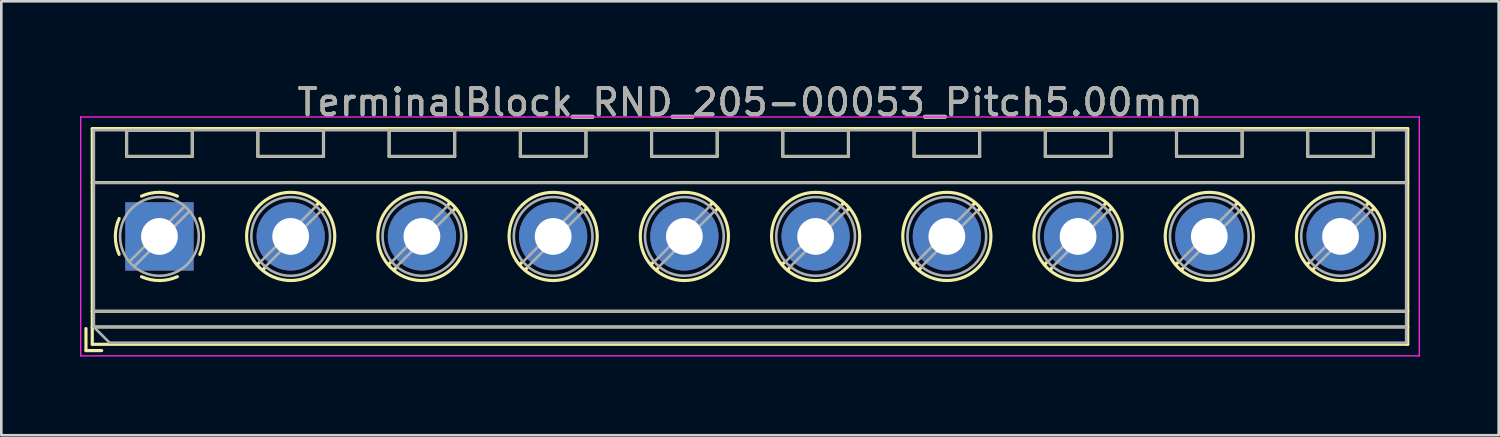
<source format=kicad_pcb>
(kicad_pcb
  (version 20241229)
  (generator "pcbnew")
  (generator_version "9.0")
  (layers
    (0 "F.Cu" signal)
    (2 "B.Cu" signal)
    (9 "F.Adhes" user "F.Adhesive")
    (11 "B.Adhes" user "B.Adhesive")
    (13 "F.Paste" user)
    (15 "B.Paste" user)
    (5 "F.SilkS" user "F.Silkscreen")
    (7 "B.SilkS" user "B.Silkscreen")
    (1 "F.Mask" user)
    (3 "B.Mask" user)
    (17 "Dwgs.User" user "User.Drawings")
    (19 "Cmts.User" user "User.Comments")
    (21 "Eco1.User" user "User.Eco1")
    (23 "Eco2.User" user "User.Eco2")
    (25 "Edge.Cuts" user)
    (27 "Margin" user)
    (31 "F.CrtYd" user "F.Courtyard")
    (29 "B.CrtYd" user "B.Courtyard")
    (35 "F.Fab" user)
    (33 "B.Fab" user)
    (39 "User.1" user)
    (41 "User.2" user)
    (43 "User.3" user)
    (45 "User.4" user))
  (footprint "TerminalBlock_RND_205-00053_Pitch5.00mm"
    (layer "F.Cu")
    (at 3.025 5.958)
    (property "Reference" "TerminalBlock_RND_205-00053_Pitch5.00mm" (at 22.5 -5.11 0) (layer "F.SilkS") (effects (font (size 1 1) (thickness 0.15))))
    (attr through_hole)
    (fp_line (start -2.8 3.51) (end -2.8 4.35) (stroke (width 0.12) (type solid)) (layer "F.SilkS"))
    (fp_line (start -2.8 4.35) (end -2.2 4.35) (stroke (width 0.12) (type solid)) (layer "F.SilkS"))
    (fp_line (start -2.56 -4.11) (end -2.56 4.11) (stroke (width 0.12) (type solid)) (layer "F.SilkS"))
    (fp_line (start -2.56 -2.05) (end 47.56 -2.05) (stroke (width 0.12) (type solid)) (layer "F.SilkS"))
    (fp_line (start -2.56 2.85) (end 47.56 2.85) (stroke (width 0.12) (type solid)) (layer "F.SilkS"))
    (fp_line (start -2.56 3.45) (end 47.56 3.45) (stroke (width 0.12) (type solid)) (layer "F.SilkS"))
    (fp_line (start -2.56 4.11) (end 47.56 4.11) (stroke (width 0.12) (type solid)) (layer "F.SilkS"))
    (fp_line (start -1.25 -4.05) (end -1.25 -3.05) (stroke (width 0.12) (type solid)) (layer "F.SilkS"))
    (fp_line (start -1.25 -4.05) (end 1.25 -4.05) (stroke (width 0.12) (type solid)) (layer "F.SilkS"))
    (fp_line (start -1.25 -3.05) (end 1.25 -3.05) (stroke (width 0.12) (type solid)) (layer "F.SilkS"))
    (fp_line (start 1.25 -4.05) (end 1.25 -3.05) (stroke (width 0.12) (type solid)) (layer "F.SilkS"))
    (fp_line (start 3.75 -4.05) (end 3.75 -3.05) (stroke (width 0.12) (type solid)) (layer "F.SilkS"))
    (fp_line (start 3.75 -4.05) (end 6.25 -4.05) (stroke (width 0.12) (type solid)) (layer "F.SilkS"))
    (fp_line (start 3.75 -3.05) (end 6.25 -3.05) (stroke (width 0.12) (type solid)) (layer "F.SilkS"))
    (fp_line (start 3.82 0.976) (end 3.726 1.069) (stroke (width 0.12) (type solid)) (layer "F.SilkS"))
    (fp_line (start 4.002 1.204) (end 3.931 1.274) (stroke (width 0.12) (type solid)) (layer "F.SilkS"))
    (fp_line (start 6.07 -1.275) (end 5.999 -1.204) (stroke (width 0.12) (type solid)) (layer "F.SilkS"))
    (fp_line (start 6.25 -4.05) (end 6.25 -3.05) (stroke (width 0.12) (type solid)) (layer "F.SilkS"))
    (fp_line (start 6.275 -1.069) (end 6.181 -0.976) (stroke (width 0.12) (type solid)) (layer "F.SilkS"))
    (fp_line (start 8.75 -4.05) (end 8.75 -3.05) (stroke (width 0.12) (type solid)) (layer "F.SilkS"))
    (fp_line (start 8.75 -4.05) (end 11.25 -4.05) (stroke (width 0.12) (type solid)) (layer "F.SilkS"))
    (fp_line (start 8.75 -3.05) (end 11.25 -3.05) (stroke (width 0.12) (type solid)) (layer "F.SilkS"))
    (fp_line (start 8.82 0.976) (end 8.726 1.069) (stroke (width 0.12) (type solid)) (layer "F.SilkS"))
    (fp_line (start 9.002 1.204) (end 8.931 1.274) (stroke (width 0.12) (type solid)) (layer "F.SilkS"))
    (fp_line (start 11.07 -1.275) (end 10.999 -1.204) (stroke (width 0.12) (type solid)) (layer "F.SilkS"))
    (fp_line (start 11.25 -4.05) (end 11.25 -3.05) (stroke (width 0.12) (type solid)) (layer "F.SilkS"))
    (fp_line (start 11.275 -1.069) (end 11.181 -0.976) (stroke (width 0.12) (type solid)) (layer "F.SilkS"))
    (fp_line (start 13.75 -4.05) (end 13.75 -3.05) (stroke (width 0.12) (type solid)) (layer "F.SilkS"))
    (fp_line (start 13.75 -4.05) (end 16.25 -4.05) (stroke (width 0.12) (type solid)) (layer "F.SilkS"))
    (fp_line (start 13.75 -3.05) (end 16.25 -3.05) (stroke (width 0.12) (type solid)) (layer "F.SilkS"))
    (fp_line (start 13.82 0.976) (end 13.726 1.069) (stroke (width 0.12) (type solid)) (layer "F.SilkS"))
    (fp_line (start 14.002 1.204) (end 13.931 1.274) (stroke (width 0.12) (type solid)) (layer "F.SilkS"))
    (fp_line (start 16.07 -1.275) (end 15.999 -1.204) (stroke (width 0.12) (type solid)) (layer "F.SilkS"))
    (fp_line (start 16.25 -4.05) (end 16.25 -3.05) (stroke (width 0.12) (type solid)) (layer "F.SilkS"))
    (fp_line (start 16.275 -1.069) (end 16.181 -0.976) (stroke (width 0.12) (type solid)) (layer "F.SilkS"))
    (fp_line (start 18.75 -4.05) (end 18.75 -3.05) (stroke (width 0.12) (type solid)) (layer "F.SilkS"))
    (fp_line (start 18.75 -4.05) (end 21.25 -4.05) (stroke (width 0.12) (type solid)) (layer "F.SilkS"))
    (fp_line (start 18.75 -3.05) (end 21.25 -3.05) (stroke (width 0.12) (type solid)) (layer "F.SilkS"))
    (fp_line (start 18.82 0.976) (end 18.726 1.069) (stroke (width 0.12) (type solid)) (layer "F.SilkS"))
    (fp_line (start 19.002 1.204) (end 18.931 1.274) (stroke (width 0.12) (type solid)) (layer "F.SilkS"))
    (fp_line (start 21.07 -1.275) (end 20.999 -1.204) (stroke (width 0.12) (type solid)) (layer "F.SilkS"))
    (fp_line (start 21.25 -4.05) (end 21.25 -3.05) (stroke (width 0.12) (type solid)) (layer "F.SilkS"))
    (fp_line (start 21.275 -1.069) (end 21.181 -0.976) (stroke (width 0.12) (type solid)) (layer "F.SilkS"))
    (fp_line (start 23.75 -4.05) (end 23.75 -3.05) (stroke (width 0.12) (type solid)) (layer "F.SilkS"))
    (fp_line (start 23.75 -4.05) (end 26.25 -4.05) (stroke (width 0.12) (type solid)) (layer "F.SilkS"))
    (fp_line (start 23.75 -3.05) (end 26.25 -3.05) (stroke (width 0.12) (type solid)) (layer "F.SilkS"))
    (fp_line (start 23.82 0.976) (end 23.726 1.069) (stroke (width 0.12) (type solid)) (layer "F.SilkS"))
    (fp_line (start 24.002 1.204) (end 23.931 1.274) (stroke (width 0.12) (type solid)) (layer "F.SilkS"))
    (fp_line (start 26.07 -1.275) (end 25.999 -1.204) (stroke (width 0.12) (type solid)) (layer "F.SilkS"))
    (fp_line (start 26.25 -4.05) (end 26.25 -3.05) (stroke (width 0.12) (type solid)) (layer "F.SilkS"))
    (fp_line (start 26.275 -1.069) (end 26.181 -0.976) (stroke (width 0.12) (type solid)) (layer "F.SilkS"))
    (fp_line (start 28.75 -4.05) (end 28.75 -3.05) (stroke (width 0.12) (type solid)) (layer "F.SilkS"))
    (fp_line (start 28.75 -4.05) (end 31.25 -4.05) (stroke (width 0.12) (type solid)) (layer "F.SilkS"))
    (fp_line (start 28.75 -3.05) (end 31.25 -3.05) (stroke (width 0.12) (type solid)) (layer "F.SilkS"))
    (fp_line (start 28.82 0.976) (end 28.726 1.069) (stroke (width 0.12) (type solid)) (layer "F.SilkS"))
    (fp_line (start 29.002 1.204) (end 28.931 1.274) (stroke (width 0.12) (type solid)) (layer "F.SilkS"))
    (fp_line (start 31.07 -1.275) (end 30.999 -1.204) (stroke (width 0.12) (type solid)) (layer "F.SilkS"))
    (fp_line (start 31.25 -4.05) (end 31.25 -3.05) (stroke (width 0.12) (type solid)) (layer "F.SilkS"))
    (fp_line (start 31.275 -1.069) (end 31.181 -0.976) (stroke (width 0.12) (type solid)) (layer "F.SilkS"))
    (fp_line (start 33.75 -4.05) (end 33.75 -3.05) (stroke (width 0.12) (type solid)) (layer "F.SilkS"))
    (fp_line (start 33.75 -4.05) (end 36.25 -4.05) (stroke (width 0.12) (type solid)) (layer "F.SilkS"))
    (fp_line (start 33.75 -3.05) (end 36.25 -3.05) (stroke (width 0.12) (type solid)) (layer "F.SilkS"))
    (fp_line (start 33.82 0.976) (end 33.726 1.069) (stroke (width 0.12) (type solid)) (layer "F.SilkS"))
    (fp_line (start 34.002 1.204) (end 33.931 1.274) (stroke (width 0.12) (type solid)) (layer "F.SilkS"))
    (fp_line (start 36.07 -1.275) (end 35.999 -1.204) (stroke (width 0.12) (type solid)) (layer "F.SilkS"))
    (fp_line (start 36.25 -4.05) (end 36.25 -3.05) (stroke (width 0.12) (type solid)) (layer "F.SilkS"))
    (fp_line (start 36.275 -1.069) (end 36.181 -0.976) (stroke (width 0.12) (type solid)) (layer "F.SilkS"))
    (fp_line (start 38.75 -4.05) (end 38.75 -3.05) (stroke (width 0.12) (type solid)) (layer "F.SilkS"))
    (fp_line (start 38.75 -4.05) (end 41.25 -4.05) (stroke (width 0.12) (type solid)) (layer "F.SilkS"))
    (fp_line (start 38.75 -3.05) (end 41.25 -3.05) (stroke (width 0.12) (type solid)) (layer "F.SilkS"))
    (fp_line (start 38.82 0.976) (end 38.726 1.069) (stroke (width 0.12) (type solid)) (layer "F.SilkS"))
    (fp_line (start 39.002 1.204) (end 38.931 1.274) (stroke (width 0.12) (type solid)) (layer "F.SilkS"))
    (fp_line (start 41.07 -1.275) (end 40.999 -1.204) (stroke (width 0.12) (type solid)) (layer "F.SilkS"))
    (fp_line (start 41.25 -4.05) (end 41.25 -3.05) (stroke (width 0.12) (type solid)) (layer "F.SilkS"))
    (fp_line (start 41.275 -1.069) (end 41.181 -0.976) (stroke (width 0.12) (type solid)) (layer "F.SilkS"))
    (fp_line (start 43.75 -4.05) (end 43.75 -3.05) (stroke (width 0.12) (type solid)) (layer "F.SilkS"))
    (fp_line (start 43.75 -4.05) (end 46.25 -4.05) (stroke (width 0.12) (type solid)) (layer "F.SilkS"))
    (fp_line (start 43.75 -3.05) (end 46.25 -3.05) (stroke (width 0.12) (type solid)) (layer "F.SilkS"))
    (fp_line (start 43.82 0.976) (end 43.726 1.069) (stroke (width 0.12) (type solid)) (layer "F.SilkS"))
    (fp_line (start 44.002 1.204) (end 43.931 1.274) (stroke (width 0.12) (type solid)) (layer "F.SilkS"))
    (fp_line (start 46.07 -1.275) (end 45.999 -1.204) (stroke (width 0.12) (type solid)) (layer "F.SilkS"))
    (fp_line (start 46.25 -4.05) (end 46.25 -3.05) (stroke (width 0.12) (type solid)) (layer "F.SilkS"))
    (fp_line (start 46.275 -1.069) (end 46.181 -0.976) (stroke (width 0.12) (type solid)) (layer "F.SilkS"))
    (fp_line (start 47.56 -4.11) (end -2.56 -4.11) (stroke (width 0.12) (type solid)) (layer "F.SilkS"))
    (fp_line (start 47.56 4.11) (end 47.56 -4.11) (stroke (width 0.12) (type solid)) (layer "F.SilkS"))
    (fp_arc (start -1.535427 0.683042) (mid -1.680501 -0.000524) (end -1.535 -0.684) (stroke (width 0.12) (type solid)) (layer "F.SilkS"))
    (fp_arc (start -0.683042 -1.535427) (mid 0.000524 -1.680501) (end 0.684 -1.535) (stroke (width 0.12) (type solid)) (layer "F.SilkS"))
    (fp_arc (start 0.028805 1.680253) (mid -0.335551 1.646659) (end -0.684 1.535) (stroke (width 0.12) (type solid)) (layer "F.SilkS"))
    (fp_arc (start 0.683318 1.534756) (mid 0.349292 1.643288) (end 0 1.68) (stroke (width 0.12) (type solid)) (layer "F.SilkS"))
    (fp_arc (start 1.535427 -0.683042) (mid 1.680501 0.000524) (end 1.535 0.684) (stroke (width 0.12) (type solid)) (layer "F.SilkS"))
    (fp_circle (center 5 0) (end 6.68 0) (stroke (width 0.12) (type solid)) (fill no) (layer "F.SilkS"))
    (fp_circle (center 10 0) (end 11.68 0) (stroke (width 0.12) (type solid)) (fill no) (layer "F.SilkS"))
    (fp_circle (center 15 0) (end 16.68 0) (stroke (width 0.12) (type solid)) (fill no) (layer "F.SilkS"))
    (fp_circle (center 20 0) (end 21.68 0) (stroke (width 0.12) (type solid)) (fill no) (layer "F.SilkS"))
    (fp_circle (center 25 0) (end 26.68 0) (stroke (width 0.12) (type solid)) (fill no) (layer "F.SilkS"))
    (fp_circle (center 30 0) (end 31.68 0) (stroke (width 0.12) (type solid)) (fill no) (layer "F.SilkS"))
    (fp_circle (center 35 0) (end 36.68 0) (stroke (width 0.12) (type solid)) (fill no) (layer "F.SilkS"))
    (fp_circle (center 40 0) (end 41.68 0) (stroke (width 0.12) (type solid)) (fill no) (layer "F.SilkS"))
    (fp_circle (center 45 0) (end 46.68 0) (stroke (width 0.12) (type solid)) (fill no) (layer "F.SilkS"))
    (fp_line (start -3 -4.55) (end -3 4.55) (stroke (width 0.05) (type solid)) (layer "F.CrtYd"))
    (fp_line (start -3 4.55) (end 48 4.55) (stroke (width 0.05) (type solid)) (layer "F.CrtYd"))
    (fp_line (start 48 -4.55) (end -3 -4.55) (stroke (width 0.05) (type solid)) (layer "F.CrtYd"))
    (fp_line (start 48 4.55) (end 48 -4.55) (stroke (width 0.05) (type solid)) (layer "F.CrtYd"))
    (fp_line (start -2.5 -4.05) (end 47.5 -4.05) (stroke (width 0.1) (type solid)) (layer "F.Fab"))
    (fp_line (start -2.5 -2.05) (end 47.5 -2.05) (stroke (width 0.1) (type solid)) (layer "F.Fab"))
    (fp_line (start -2.5 2.85) (end 47.5 2.85) (stroke (width 0.1) (type solid)) (layer "F.Fab"))
    (fp_line (start -2.5 3.45) (end -2.5 -4.05) (stroke (width 0.1) (type solid)) (layer "F.Fab"))
    (fp_line (start -2.5 3.45) (end 47.5 3.45) (stroke (width 0.1) (type solid)) (layer "F.Fab"))
    (fp_line (start -1.9 4.05) (end -2.5 3.45) (stroke (width 0.1) (type solid)) (layer "F.Fab"))
    (fp_line (start -1.25 -4.05) (end -1.25 -3.05) (stroke (width 0.1) (type solid)) (layer "F.Fab"))
    (fp_line (start -1.25 -3.05) (end 1.25 -3.05) (stroke (width 0.1) (type solid)) (layer "F.Fab"))
    (fp_line (start 0.955 -1.138) (end -1.138 0.955) (stroke (width 0.1) (type solid)) (layer "F.Fab"))
    (fp_line (start 1.138 -0.955) (end -0.955 1.138) (stroke (width 0.1) (type solid)) (layer "F.Fab"))
    (fp_line (start 1.25 -4.05) (end -1.25 -4.05) (stroke (width 0.1) (type solid)) (layer "F.Fab"))
    (fp_line (start 1.25 -3.05) (end 1.25 -4.05) (stroke (width 0.1) (type solid)) (layer "F.Fab"))
    (fp_line (start 3.75 -4.05) (end 3.75 -3.05) (stroke (width 0.1) (type solid)) (layer "F.Fab"))
    (fp_line (start 3.75 -3.05) (end 6.25 -3.05) (stroke (width 0.1) (type solid)) (layer "F.Fab"))
    (fp_line (start 5.955 -1.138) (end 3.863 0.955) (stroke (width 0.1) (type solid)) (layer "F.Fab"))
    (fp_line (start 6.138 -0.955) (end 4.046 1.138) (stroke (width 0.1) (type solid)) (layer "F.Fab"))
    (fp_line (start 6.25 -4.05) (end 3.75 -4.05) (stroke (width 0.1) (type solid)) (layer "F.Fab"))
    (fp_line (start 6.25 -3.05) (end 6.25 -4.05) (stroke (width 0.1) (type solid)) (layer "F.Fab"))
    (fp_line (start 8.75 -4.05) (end 8.75 -3.05) (stroke (width 0.1) (type solid)) (layer "F.Fab"))
    (fp_line (start 8.75 -3.05) (end 11.25 -3.05) (stroke (width 0.1) (type solid)) (layer "F.Fab"))
    (fp_line (start 10.955 -1.138) (end 8.863 0.955) (stroke (width 0.1) (type solid)) (layer "F.Fab"))
    (fp_line (start 11.138 -0.955) (end 9.046 1.138) (stroke (width 0.1) (type solid)) (layer "F.Fab"))
    (fp_line (start 11.25 -4.05) (end 8.75 -4.05) (stroke (width 0.1) (type solid)) (layer "F.Fab"))
    (fp_line (start 11.25 -3.05) (end 11.25 -4.05) (stroke (width 0.1) (type solid)) (layer "F.Fab"))
    (fp_line (start 13.75 -4.05) (end 13.75 -3.05) (stroke (width 0.1) (type solid)) (layer "F.Fab"))
    (fp_line (start 13.75 -3.05) (end 16.25 -3.05) (stroke (width 0.1) (type solid)) (layer "F.Fab"))
    (fp_line (start 15.955 -1.138) (end 13.863 0.955) (stroke (width 0.1) (type solid)) (layer "F.Fab"))
    (fp_line (start 16.138 -0.955) (end 14.046 1.138) (stroke (width 0.1) (type solid)) (layer "F.Fab"))
    (fp_line (start 16.25 -4.05) (end 13.75 -4.05) (stroke (width 0.1) (type solid)) (layer "F.Fab"))
    (fp_line (start 16.25 -3.05) (end 16.25 -4.05) (stroke (width 0.1) (type solid)) (layer "F.Fab"))
    (fp_line (start 18.75 -4.05) (end 18.75 -3.05) (stroke (width 0.1) (type solid)) (layer "F.Fab"))
    (fp_line (start 18.75 -3.05) (end 21.25 -3.05) (stroke (width 0.1) (type solid)) (layer "F.Fab"))
    (fp_line (start 20.955 -1.138) (end 18.863 0.955) (stroke (width 0.1) (type solid)) (layer "F.Fab"))
    (fp_line (start 21.138 -0.955) (end 19.046 1.138) (stroke (width 0.1) (type solid)) (layer "F.Fab"))
    (fp_line (start 21.25 -4.05) (end 18.75 -4.05) (stroke (width 0.1) (type solid)) (layer "F.Fab"))
    (fp_line (start 21.25 -3.05) (end 21.25 -4.05) (stroke (width 0.1) (type solid)) (layer "F.Fab"))
    (fp_line (start 23.75 -4.05) (end 23.75 -3.05) (stroke (width 0.1) (type solid)) (layer "F.Fab"))
    (fp_line (start 23.75 -3.05) (end 26.25 -3.05) (stroke (width 0.1) (type solid)) (layer "F.Fab"))
    (fp_line (start 25.955 -1.138) (end 23.863 0.955) (stroke (width 0.1) (type solid)) (layer "F.Fab"))
    (fp_line (start 26.138 -0.955) (end 24.046 1.138) (stroke (width 0.1) (type solid)) (layer "F.Fab"))
    (fp_line (start 26.25 -4.05) (end 23.75 -4.05) (stroke (width 0.1) (type solid)) (layer "F.Fab"))
    (fp_line (start 26.25 -3.05) (end 26.25 -4.05) (stroke (width 0.1) (type solid)) (layer "F.Fab"))
    (fp_line (start 28.75 -4.05) (end 28.75 -3.05) (stroke (width 0.1) (type solid)) (layer "F.Fab"))
    (fp_line (start 28.75 -3.05) (end 31.25 -3.05) (stroke (width 0.1) (type solid)) (layer "F.Fab"))
    (fp_line (start 30.955 -1.138) (end 28.863 0.955) (stroke (width 0.1) (type solid)) (layer "F.Fab"))
    (fp_line (start 31.138 -0.955) (end 29.046 1.138) (stroke (width 0.1) (type solid)) (layer "F.Fab"))
    (fp_line (start 31.25 -4.05) (end 28.75 -4.05) (stroke (width 0.1) (type solid)) (layer "F.Fab"))
    (fp_line (start 31.25 -3.05) (end 31.25 -4.05) (stroke (width 0.1) (type solid)) (layer "F.Fab"))
    (fp_line (start 33.75 -4.05) (end 33.75 -3.05) (stroke (width 0.1) (type solid)) (layer "F.Fab"))
    (fp_line (start 33.75 -3.05) (end 36.25 -3.05) (stroke (width 0.1) (type solid)) (layer "F.Fab"))
    (fp_line (start 35.955 -1.138) (end 33.863 0.955) (stroke (width 0.1) (type solid)) (layer "F.Fab"))
    (fp_line (start 36.138 -0.955) (end 34.046 1.138) (stroke (width 0.1) (type solid)) (layer "F.Fab"))
    (fp_line (start 36.25 -4.05) (end 33.75 -4.05) (stroke (width 0.1) (type solid)) (layer "F.Fab"))
    (fp_line (start 36.25 -3.05) (end 36.25 -4.05) (stroke (width 0.1) (type solid)) (layer "F.Fab"))
    (fp_line (start 38.75 -4.05) (end 38.75 -3.05) (stroke (width 0.1) (type solid)) (layer "F.Fab"))
    (fp_line (start 38.75 -3.05) (end 41.25 -3.05) (stroke (width 0.1) (type solid)) (layer "F.Fab"))
    (fp_line (start 40.955 -1.138) (end 38.863 0.955) (stroke (width 0.1) (type solid)) (layer "F.Fab"))
    (fp_line (start 41.138 -0.955) (end 39.046 1.138) (stroke (width 0.1) (type solid)) (layer "F.Fab"))
    (fp_line (start 41.25 -4.05) (end 38.75 -4.05) (stroke (width 0.1) (type solid)) (layer "F.Fab"))
    (fp_line (start 41.25 -3.05) (end 41.25 -4.05) (stroke (width 0.1) (type solid)) (layer "F.Fab"))
    (fp_line (start 43.75 -4.05) (end 43.75 -3.05) (stroke (width 0.1) (type solid)) (layer "F.Fab"))
    (fp_line (start 43.75 -3.05) (end 46.25 -3.05) (stroke (width 0.1) (type solid)) (layer "F.Fab"))
    (fp_line (start 45.955 -1.138) (end 43.863 0.955) (stroke (width 0.1) (type solid)) (layer "F.Fab"))
    (fp_line (start 46.138 -0.955) (end 44.046 1.138) (stroke (width 0.1) (type solid)) (layer "F.Fab"))
    (fp_line (start 46.25 -4.05) (end 43.75 -4.05) (stroke (width 0.1) (type solid)) (layer "F.Fab"))
    (fp_line (start 46.25 -3.05) (end 46.25 -4.05) (stroke (width 0.1) (type solid)) (layer "F.Fab"))
    (fp_line (start 47.5 -4.05) (end 47.5 4.05) (stroke (width 0.1) (type solid)) (layer "F.Fab"))
    (fp_line (start 47.5 4.05) (end -1.9 4.05) (stroke (width 0.1) (type solid)) (layer "F.Fab"))
    (fp_circle (center 0 0) (end 1.5 0) (stroke (width 0.1) (type solid)) (fill no) (layer "F.Fab"))
    (fp_circle (center 5 0) (end 6.5 0) (stroke (width 0.1) (type solid)) (fill no) (layer "F.Fab"))
    (fp_circle (center 10 0) (end 11.5 0) (stroke (width 0.1) (type solid)) (fill no) (layer "F.Fab"))
    (fp_circle (center 15 0) (end 16.5 0) (stroke (width 0.1) (type solid)) (fill no) (layer "F.Fab"))
    (fp_circle (center 20 0) (end 21.5 0) (stroke (width 0.1) (type solid)) (fill no) (layer "F.Fab"))
    (fp_circle (center 25 0) (end 26.5 0) (stroke (width 0.1) (type solid)) (fill no) (layer "F.Fab"))
    (fp_circle (center 30 0) (end 31.5 0) (stroke (width 0.1) (type solid)) (fill no) (layer "F.Fab"))
    (fp_circle (center 35 0) (end 36.5 0) (stroke (width 0.1) (type solid)) (fill no) (layer "F.Fab"))
    (fp_circle (center 40 0) (end 41.5 0) (stroke (width 0.1) (type solid)) (fill no) (layer "F.Fab"))
    (fp_circle (center 45 0) (end 46.5 0) (stroke (width 0.1) (type solid)) (fill no) (layer "F.Fab"))
    (fp_text user "${REFERENCE}" (at 22.5 -5.11 0) (layer "F.Fab") (effects (font (size 1 1) (thickness 0.15))))
    (pad "1" thru_hole rect (at 0 0) (size 2.6 2.6) (drill 1.4) (layers "*.Cu" "*.Mask"))
    (pad "2" thru_hole oval (at 5 0) (size 2.6 2.6) (drill 1.4) (layers "*.Cu" "*.Mask"))
    (pad "3" thru_hole oval (at 10 0) (size 2.6 2.6) (drill 1.4) (layers "*.Cu" "*.Mask"))
    (pad "4" thru_hole oval (at 15 0) (size 2.6 2.6) (drill 1.4) (layers "*.Cu" "*.Mask"))
    (pad "5" thru_hole oval (at 20 0) (size 2.6 2.6) (drill 1.4) (layers "*.Cu" "*.Mask"))
    (pad "6" thru_hole oval (at 25 0) (size 2.6 2.6) (drill 1.4) (layers "*.Cu" "*.Mask"))
    (pad "7" thru_hole oval (at 30 0) (size 2.6 2.6) (drill 1.4) (layers "*.Cu" "*.Mask"))
    (pad "8" thru_hole oval (at 35 0) (size 2.6 2.6) (drill 1.4) (layers "*.Cu" "*.Mask"))
    (pad "9" thru_hole oval (at 40 0) (size 2.6 2.6) (drill 1.4) (layers "*.Cu" "*.Mask"))
    (pad "10" thru_hole oval (at 45 0) (size 2.6 2.6) (drill 1.4) (layers "*.Cu" "*.Mask")))
  (gr_rect
    (start -3 -3)
    (end 54.05 13.533)
    (stroke (width 0.1) (type default))
    (fill no)
    (layer "Edge.Cuts")))
</source>
